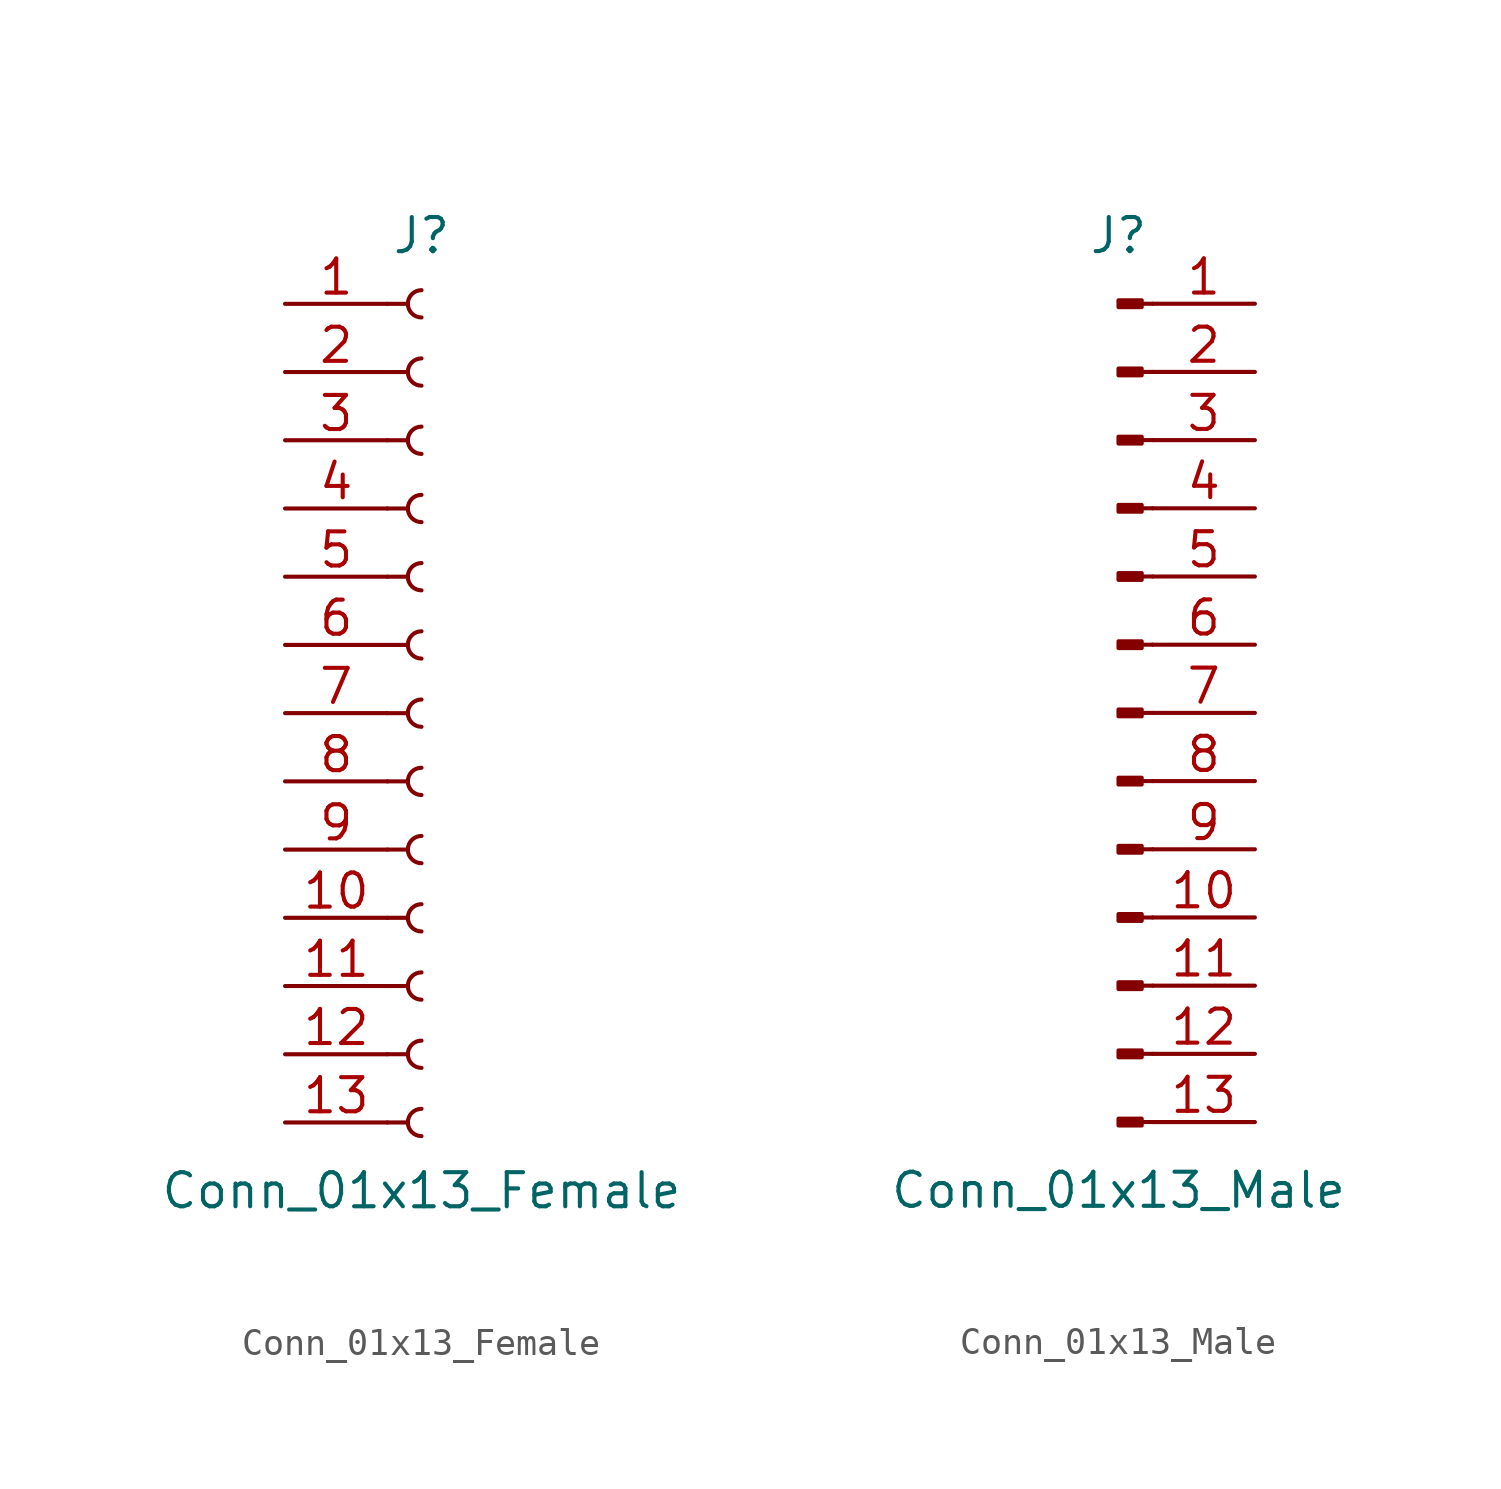
<source format=kicad_sym>
(kicad_symbol_lib
  (version 20201005)
  (generator kicad_symbol_editor)
  (symbol "Connector:Conn_01x13_Female"
    (pin_names
      (offset 1.016) hide)
    (property "Reference" "J"
      (at 0 17.78 0)
      (effects (font (size 1.27 1.27))))
    (property "Value" "Conn_01x13_Female"
      (at 0 -17.78 0)
      (effects (font (size 1.27 1.27))))
    (symbol "Conn_01x13_Female_1_1"
      (arc (start 0 -14.732) (end 0 -15.748) (radius (at 0 -15.24) (length 0.508) (angles 90.1 -90.1)) (stroke (width 0.1524)) (fill (type none)))
      (arc (start 0 -12.192) (end 0 -13.208) (radius (at 0 -12.7) (length 0.508) (angles 90.1 -90.1)) (stroke (width 0.1524)) (fill (type none)))
      (arc (start 0 -9.652) (end 0 -10.668) (radius (at 0 -10.16) (length 0.508) (angles 90.1 -90.1)) (stroke (width 0.1524)) (fill (type none)))
      (arc (start 0 -7.112) (end 0 -8.128) (radius (at 0 -7.62) (length 0.508) (angles 90.1 -90.1)) (stroke (width 0.1524)) (fill (type none)))
      (arc (start 0 -4.572) (end 0 -5.588) (radius (at 0 -5.08) (length 0.508) (angles 90.1 -90.1)) (stroke (width 0.1524)) (fill (type none)))
      (arc (start 0 -2.032) (end 0 -3.048) (radius (at 0 -2.54) (length 0.508) (angles 90.1 -90.1)) (stroke (width 0.1524)) (fill (type none)))
      (arc (start 0 0.508) (end 0 -0.508) (radius (at 0 0) (length 0.508) (angles 90.1 -90.1)) (stroke (width 0.1524)) (fill (type none)))
      (arc (start 0 3.048) (end 0 2.032) (radius (at 0 2.54) (length 0.508) (angles 90.1 -90.1)) (stroke (width 0.1524)) (fill (type none)))
      (arc (start 0 5.588) (end 0 4.572) (radius (at 0 5.08) (length 0.508) (angles 90.1 -90.1)) (stroke (width 0.1524)) (fill (type none)))
      (arc (start 0 8.128) (end 0 7.112) (radius (at 0 7.62) (length 0.508) (angles 90.1 -90.1)) (stroke (width 0.1524)) (fill (type none)))
      (arc (start 0 10.668) (end 0 9.652) (radius (at 0 10.16) (length 0.508) (angles 90.1 -90.1)) (stroke (width 0.1524)) (fill (type none)))
      (arc (start 0 13.208) (end 0 12.192) (radius (at 0 12.7) (length 0.508) (angles 90.1 -90.1)) (stroke (width 0.1524)) (fill (type none)))
      (arc (start 0 15.748) (end 0 14.732) (radius (at 0 15.24) (length 0.508) (angles 90.1 -90.1)) (stroke (width 0.1524)) (fill (type none)))
      (polyline (pts (xy -1.27 -15.24) (xy -0.508 -15.24)) (stroke (width 0.152)) (fill (type none)))
      (polyline (pts (xy -1.27 -12.7) (xy -0.508 -12.7)) (stroke (width 0.152)) (fill (type none)))
      (polyline (pts (xy -1.27 -10.16) (xy -0.508 -10.16)) (stroke (width 0.152)) (fill (type none)))
      (polyline (pts (xy -1.27 -7.62) (xy -0.508 -7.62)) (stroke (width 0.152)) (fill (type none)))
      (polyline (pts (xy -1.27 -5.08) (xy -0.508 -5.08)) (stroke (width 0.152)) (fill (type none)))
      (polyline (pts (xy -1.27 -2.54) (xy -0.508 -2.54)) (stroke (width 0.152)) (fill (type none)))
      (polyline (pts (xy -1.27 0) (xy -0.508 0)) (stroke (width 0.152)) (fill (type none)))
      (polyline (pts (xy -1.27 2.54) (xy -0.508 2.54)) (stroke (width 0.152)) (fill (type none)))
      (polyline (pts (xy -1.27 5.08) (xy -0.508 5.08)) (stroke (width 0.152)) (fill (type none)))
      (polyline (pts (xy -1.27 7.62) (xy -0.508 7.62)) (stroke (width 0.152)) (fill (type none)))
      (polyline (pts (xy -1.27 10.16) (xy -0.508 10.16)) (stroke (width 0.152)) (fill (type none)))
      (polyline (pts (xy -1.27 12.7) (xy -0.508 12.7)) (stroke (width 0.152)) (fill (type none)))
      (polyline (pts (xy -1.27 15.24) (xy -0.508 15.24)) (stroke (width 0.152)) (fill (type none)))
      (pin passive line (at -5.08 15.24 0) (length 3.81) (name "Pin_1" (effects (font (size 1.27 1.27)))) (number "1" (effects (font (size 1.27 1.27)))))
      (pin passive line (at -5.08 -7.62 0) (length 3.81) (name "Pin_10" (effects (font (size 1.27 1.27)))) (number "10" (effects (font (size 1.27 1.27)))))
      (pin passive line (at -5.08 -10.16 0) (length 3.81) (name "Pin_11" (effects (font (size 1.27 1.27)))) (number "11" (effects (font (size 1.27 1.27)))))
      (pin passive line (at -5.08 -12.7 0) (length 3.81) (name "Pin_12" (effects (font (size 1.27 1.27)))) (number "12" (effects (font (size 1.27 1.27)))))
      (pin passive line (at -5.08 -15.24 0) (length 3.81) (name "Pin_13" (effects (font (size 1.27 1.27)))) (number "13" (effects (font (size 1.27 1.27)))))
      (pin passive line (at -5.08 12.7 0) (length 3.81) (name "Pin_2" (effects (font (size 1.27 1.27)))) (number "2" (effects (font (size 1.27 1.27)))))
      (pin passive line (at -5.08 10.16 0) (length 3.81) (name "Pin_3" (effects (font (size 1.27 1.27)))) (number "3" (effects (font (size 1.27 1.27)))))
      (pin passive line (at -5.08 7.62 0) (length 3.81) (name "Pin_4" (effects (font (size 1.27 1.27)))) (number "4" (effects (font (size 1.27 1.27)))))
      (pin passive line (at -5.08 5.08 0) (length 3.81) (name "Pin_5" (effects (font (size 1.27 1.27)))) (number "5" (effects (font (size 1.27 1.27)))))
      (pin passive line (at -5.08 2.54 0) (length 3.81) (name "Pin_6" (effects (font (size 1.27 1.27)))) (number "6" (effects (font (size 1.27 1.27)))))
      (pin passive line (at -5.08 0 0) (length 3.81) (name "Pin_7" (effects (font (size 1.27 1.27)))) (number "7" (effects (font (size 1.27 1.27)))))
      (pin passive line (at -5.08 -2.54 0) (length 3.81) (name "Pin_8" (effects (font (size 1.27 1.27)))) (number "8" (effects (font (size 1.27 1.27)))))
      (pin passive line (at -5.08 -5.08 0) (length 3.81) (name "Pin_9" (effects (font (size 1.27 1.27)))) (number "9" (effects (font (size 1.27 1.27)))))))
  (symbol "Connector:Conn_01x13_Male"
    (pin_names
      (offset 1.016) hide)
    (property "Reference" "J"
      (at 0 17.78 0)
      (effects (font (size 1.27 1.27))))
    (property "Value" "Conn_01x13_Male"
      (at 0 -17.78 0)
      (effects (font (size 1.27 1.27))))
    (symbol "Conn_01x13_Male_1_1"
      (rectangle (start 0.864 -15.113) (end 0 -15.367) (stroke (width 0.152)) (fill (type outline)))
      (rectangle (start 0.864 -12.573) (end 0 -12.827) (stroke (width 0.152)) (fill (type outline)))
      (rectangle (start 0.864 -10.033) (end 0 -10.287) (stroke (width 0.152)) (fill (type outline)))
      (rectangle (start 0.864 -7.493) (end 0 -7.747) (stroke (width 0.152)) (fill (type outline)))
      (rectangle (start 0.864 -4.953) (end 0 -5.207) (stroke (width 0.152)) (fill (type outline)))
      (rectangle (start 0.864 -2.413) (end 0 -2.667) (stroke (width 0.152)) (fill (type outline)))
      (rectangle (start 0.864 0.127) (end 0 -0.127) (stroke (width 0.152)) (fill (type outline)))
      (rectangle (start 0.864 2.667) (end 0 2.413) (stroke (width 0.152)) (fill (type outline)))
      (rectangle (start 0.864 5.207) (end 0 4.953) (stroke (width 0.152)) (fill (type outline)))
      (rectangle (start 0.864 7.747) (end 0 7.493) (stroke (width 0.152)) (fill (type outline)))
      (rectangle (start 0.864 10.287) (end 0 10.033) (stroke (width 0.152)) (fill (type outline)))
      (rectangle (start 0.864 12.827) (end 0 12.573) (stroke (width 0.152)) (fill (type outline)))
      (rectangle (start 0.864 15.367) (end 0 15.113) (stroke (width 0.152)) (fill (type outline)))
      (polyline (pts (xy 1.27 -15.24) (xy 0.864 -15.24)) (stroke (width 0.152)) (fill (type none)))
      (polyline (pts (xy 1.27 -12.7) (xy 0.864 -12.7)) (stroke (width 0.152)) (fill (type none)))
      (polyline (pts (xy 1.27 -10.16) (xy 0.864 -10.16)) (stroke (width 0.152)) (fill (type none)))
      (polyline (pts (xy 1.27 -7.62) (xy 0.864 -7.62)) (stroke (width 0.152)) (fill (type none)))
      (polyline (pts (xy 1.27 -5.08) (xy 0.864 -5.08)) (stroke (width 0.152)) (fill (type none)))
      (polyline (pts (xy 1.27 -2.54) (xy 0.864 -2.54)) (stroke (width 0.152)) (fill (type none)))
      (polyline (pts (xy 1.27 0) (xy 0.864 0)) (stroke (width 0.152)) (fill (type none)))
      (polyline (pts (xy 1.27 2.54) (xy 0.864 2.54)) (stroke (width 0.152)) (fill (type none)))
      (polyline (pts (xy 1.27 5.08) (xy 0.864 5.08)) (stroke (width 0.152)) (fill (type none)))
      (polyline (pts (xy 1.27 7.62) (xy 0.864 7.62)) (stroke (width 0.152)) (fill (type none)))
      (polyline (pts (xy 1.27 10.16) (xy 0.864 10.16)) (stroke (width 0.152)) (fill (type none)))
      (polyline (pts (xy 1.27 12.7) (xy 0.864 12.7)) (stroke (width 0.152)) (fill (type none)))
      (polyline (pts (xy 1.27 15.24) (xy 0.864 15.24)) (stroke (width 0.152)) (fill (type none)))
      (pin passive line (at 5.08 15.24 180) (length 3.81) (name "Pin_1" (effects (font (size 1.27 1.27)))) (number "1" (effects (font (size 1.27 1.27)))))
      (pin passive line (at 5.08 -7.62 180) (length 3.81) (name "Pin_10" (effects (font (size 1.27 1.27)))) (number "10" (effects (font (size 1.27 1.27)))))
      (pin passive line (at 5.08 -10.16 180) (length 3.81) (name "Pin_11" (effects (font (size 1.27 1.27)))) (number "11" (effects (font (size 1.27 1.27)))))
      (pin passive line (at 5.08 -12.7 180) (length 3.81) (name "Pin_12" (effects (font (size 1.27 1.27)))) (number "12" (effects (font (size 1.27 1.27)))))
      (pin passive line (at 5.08 -15.24 180) (length 3.81) (name "Pin_13" (effects (font (size 1.27 1.27)))) (number "13" (effects (font (size 1.27 1.27)))))
      (pin passive line (at 5.08 12.7 180) (length 3.81) (name "Pin_2" (effects (font (size 1.27 1.27)))) (number "2" (effects (font (size 1.27 1.27)))))
      (pin passive line (at 5.08 10.16 180) (length 3.81) (name "Pin_3" (effects (font (size 1.27 1.27)))) (number "3" (effects (font (size 1.27 1.27)))))
      (pin passive line (at 5.08 7.62 180) (length 3.81) (name "Pin_4" (effects (font (size 1.27 1.27)))) (number "4" (effects (font (size 1.27 1.27)))))
      (pin passive line (at 5.08 5.08 180) (length 3.81) (name "Pin_5" (effects (font (size 1.27 1.27)))) (number "5" (effects (font (size 1.27 1.27)))))
      (pin passive line (at 5.08 2.54 180) (length 3.81) (name "Pin_6" (effects (font (size 1.27 1.27)))) (number "6" (effects (font (size 1.27 1.27)))))
      (pin passive line (at 5.08 0 180) (length 3.81) (name "Pin_7" (effects (font (size 1.27 1.27)))) (number "7" (effects (font (size 1.27 1.27)))))
      (pin passive line (at 5.08 -2.54 180) (length 3.81) (name "Pin_8" (effects (font (size 1.27 1.27)))) (number "8" (effects (font (size 1.27 1.27)))))
      (pin passive line (at 5.08 -5.08 180) (length 3.81) (name "Pin_9" (effects (font (size 1.27 1.27)))) (number "9" (effects (font (size 1.27 1.27))))))))
</source>
